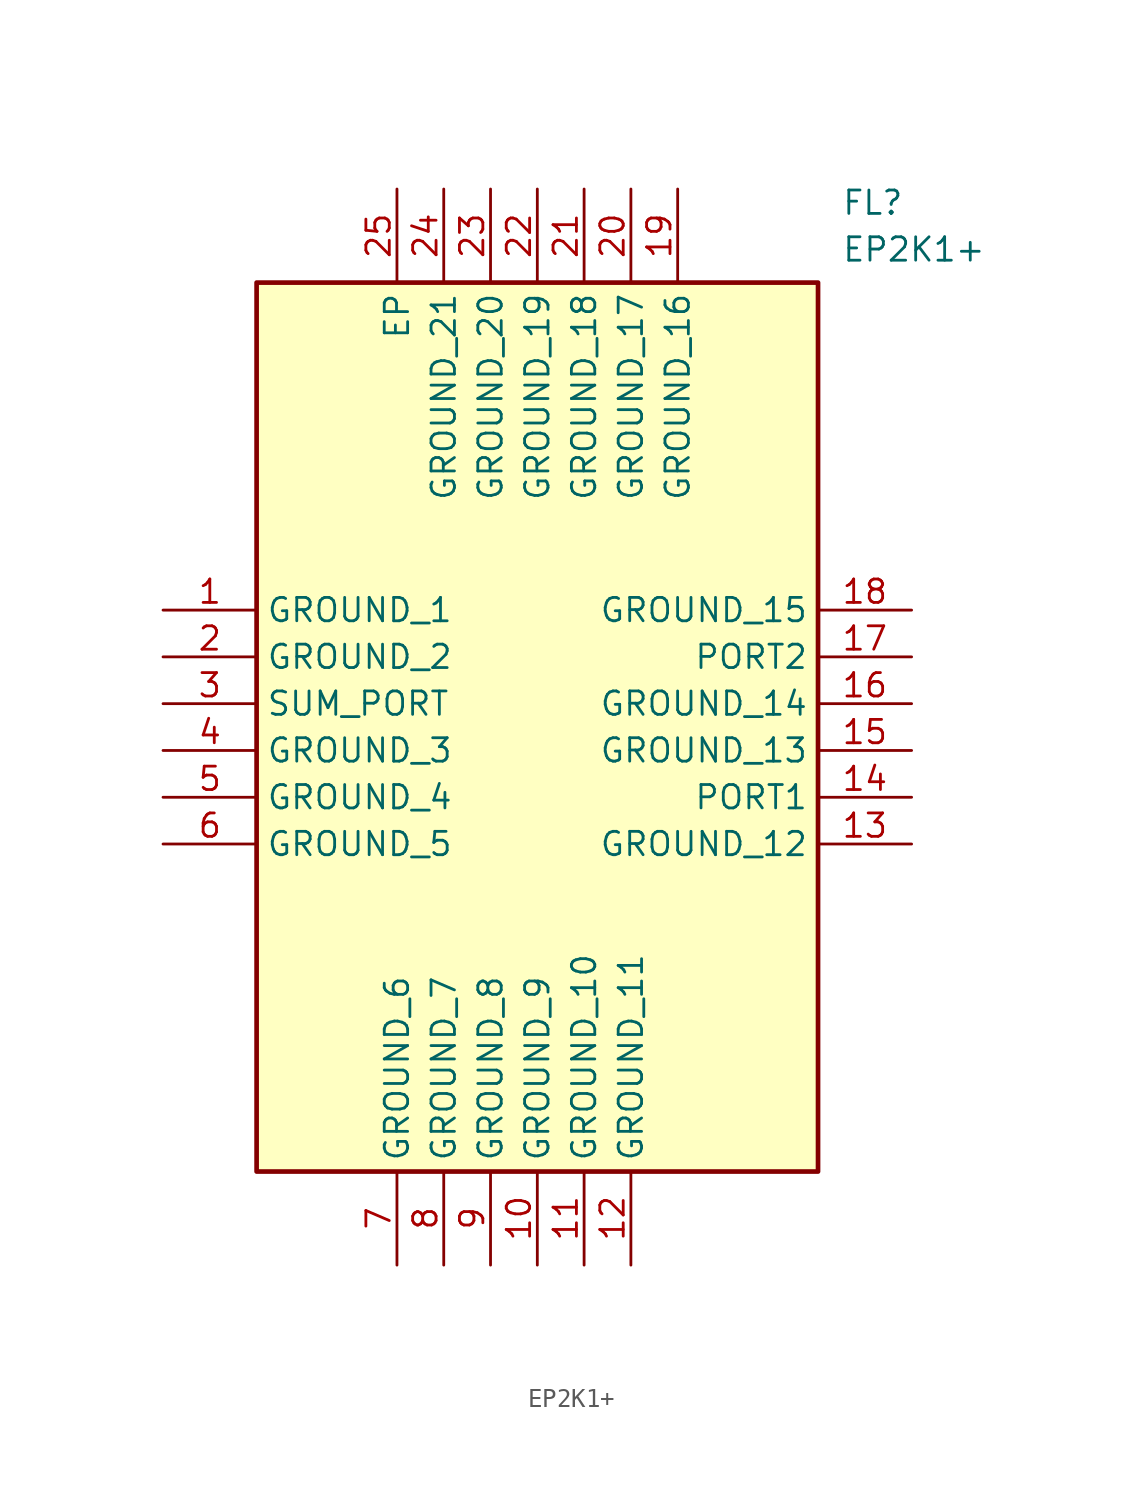
<source format=kicad_sym>
(kicad_symbol_lib
  (version 20211014)
  (generator SamacSys_ECAD_Model)
  (symbol "EP2K1+"
    (property "Reference" "FL"
      (at 36.83 22.86 0)
      (effects (font (size 1.27 1.27)) (justify left top)))
    (property "Value" "EP2K1+"
      (at 36.83 20.32 0)
      (effects (font (size 1.27 1.27)) (justify left top)))
    (rectangle
      (start 5.08 17.78)
      (end 35.56 -30.48)
      (stroke (width 0.254) (type default))
      (fill (type background)))
    (pin passive line
      (at 0 0 0)
      (length 5.08)
      (name "GROUND_1" (effects (font (size 1.27 1.27))))
      (number "1" (effects (font (size 1.27 1.27)))))
    (pin passive line
      (at 0 -2.54 0)
      (length 5.08)
      (name "GROUND_2" (effects (font (size 1.27 1.27))))
      (number "2" (effects (font (size 1.27 1.27)))))
    (pin passive line
      (at 0 -5.08 0)
      (length 5.08)
      (name "SUM_PORT" (effects (font (size 1.27 1.27))))
      (number "3" (effects (font (size 1.27 1.27)))))
    (pin passive line
      (at 0 -7.62 0)
      (length 5.08)
      (name "GROUND_3" (effects (font (size 1.27 1.27))))
      (number "4" (effects (font (size 1.27 1.27)))))
    (pin passive line
      (at 0 -10.16 0)
      (length 5.08)
      (name "GROUND_4" (effects (font (size 1.27 1.27))))
      (number "5" (effects (font (size 1.27 1.27)))))
    (pin passive line
      (at 0 -12.7 0)
      (length 5.08)
      (name "GROUND_5" (effects (font (size 1.27 1.27))))
      (number "6" (effects (font (size 1.27 1.27)))))
    (pin passive line
      (at 12.7 -35.56 90)
      (length 5.08)
      (name "GROUND_6" (effects (font (size 1.27 1.27))))
      (number "7" (effects (font (size 1.27 1.27)))))
    (pin passive line
      (at 15.24 -35.56 90)
      (length 5.08)
      (name "GROUND_7" (effects (font (size 1.27 1.27))))
      (number "8" (effects (font (size 1.27 1.27)))))
    (pin passive line
      (at 17.78 -35.56 90)
      (length 5.08)
      (name "GROUND_8" (effects (font (size 1.27 1.27))))
      (number "9" (effects (font (size 1.27 1.27)))))
    (pin passive line
      (at 20.32 -35.56 90)
      (length 5.08)
      (name "GROUND_9" (effects (font (size 1.27 1.27))))
      (number "10" (effects (font (size 1.27 1.27)))))
    (pin passive line
      (at 22.86 -35.56 90)
      (length 5.08)
      (name "GROUND_10" (effects (font (size 1.27 1.27))))
      (number "11" (effects (font (size 1.27 1.27)))))
    (pin passive line
      (at 25.4 -35.56 90)
      (length 5.08)
      (name "GROUND_11" (effects (font (size 1.27 1.27))))
      (number "12" (effects (font (size 1.27 1.27)))))
    (pin passive line
      (at 40.64 0 180)
      (length 5.08)
      (name "GROUND_15" (effects (font (size 1.27 1.27))))
      (number "18" (effects (font (size 1.27 1.27)))))
    (pin passive line
      (at 40.64 -2.54 180)
      (length 5.08)
      (name "PORT2" (effects (font (size 1.27 1.27))))
      (number "17" (effects (font (size 1.27 1.27)))))
    (pin passive line
      (at 40.64 -5.08 180)
      (length 5.08)
      (name "GROUND_14" (effects (font (size 1.27 1.27))))
      (number "16" (effects (font (size 1.27 1.27)))))
    (pin passive line
      (at 40.64 -7.62 180)
      (length 5.08)
      (name "GROUND_13" (effects (font (size 1.27 1.27))))
      (number "15" (effects (font (size 1.27 1.27)))))
    (pin passive line
      (at 40.64 -10.16 180)
      (length 5.08)
      (name "PORT1" (effects (font (size 1.27 1.27))))
      (number "14" (effects (font (size 1.27 1.27)))))
    (pin passive line
      (at 40.64 -12.7 180)
      (length 5.08)
      (name "GROUND_12" (effects (font (size 1.27 1.27))))
      (number "13" (effects (font (size 1.27 1.27)))))
    (pin passive line
      (at 12.7 22.86 270)
      (length 5.08)
      (name "EP" (effects (font (size 1.27 1.27))))
      (number "25" (effects (font (size 1.27 1.27)))))
    (pin passive line
      (at 15.24 22.86 270)
      (length 5.08)
      (name "GROUND_21" (effects (font (size 1.27 1.27))))
      (number "24" (effects (font (size 1.27 1.27)))))
    (pin passive line
      (at 17.78 22.86 270)
      (length 5.08)
      (name "GROUND_20" (effects (font (size 1.27 1.27))))
      (number "23" (effects (font (size 1.27 1.27)))))
    (pin passive line
      (at 20.32 22.86 270)
      (length 5.08)
      (name "GROUND_19" (effects (font (size 1.27 1.27))))
      (number "22" (effects (font (size 1.27 1.27)))))
    (pin passive line
      (at 22.86 22.86 270)
      (length 5.08)
      (name "GROUND_18" (effects (font (size 1.27 1.27))))
      (number "21" (effects (font (size 1.27 1.27)))))
    (pin passive line
      (at 25.4 22.86 270)
      (length 5.08)
      (name "GROUND_17" (effects (font (size 1.27 1.27))))
      (number "20" (effects (font (size 1.27 1.27)))))
    (pin passive line
      (at 27.94 22.86 270)
      (length 5.08)
      (name "GROUND_16" (effects (font (size 1.27 1.27))))
      (number "19" (effects (font (size 1.27 1.27)))))))
</source>
